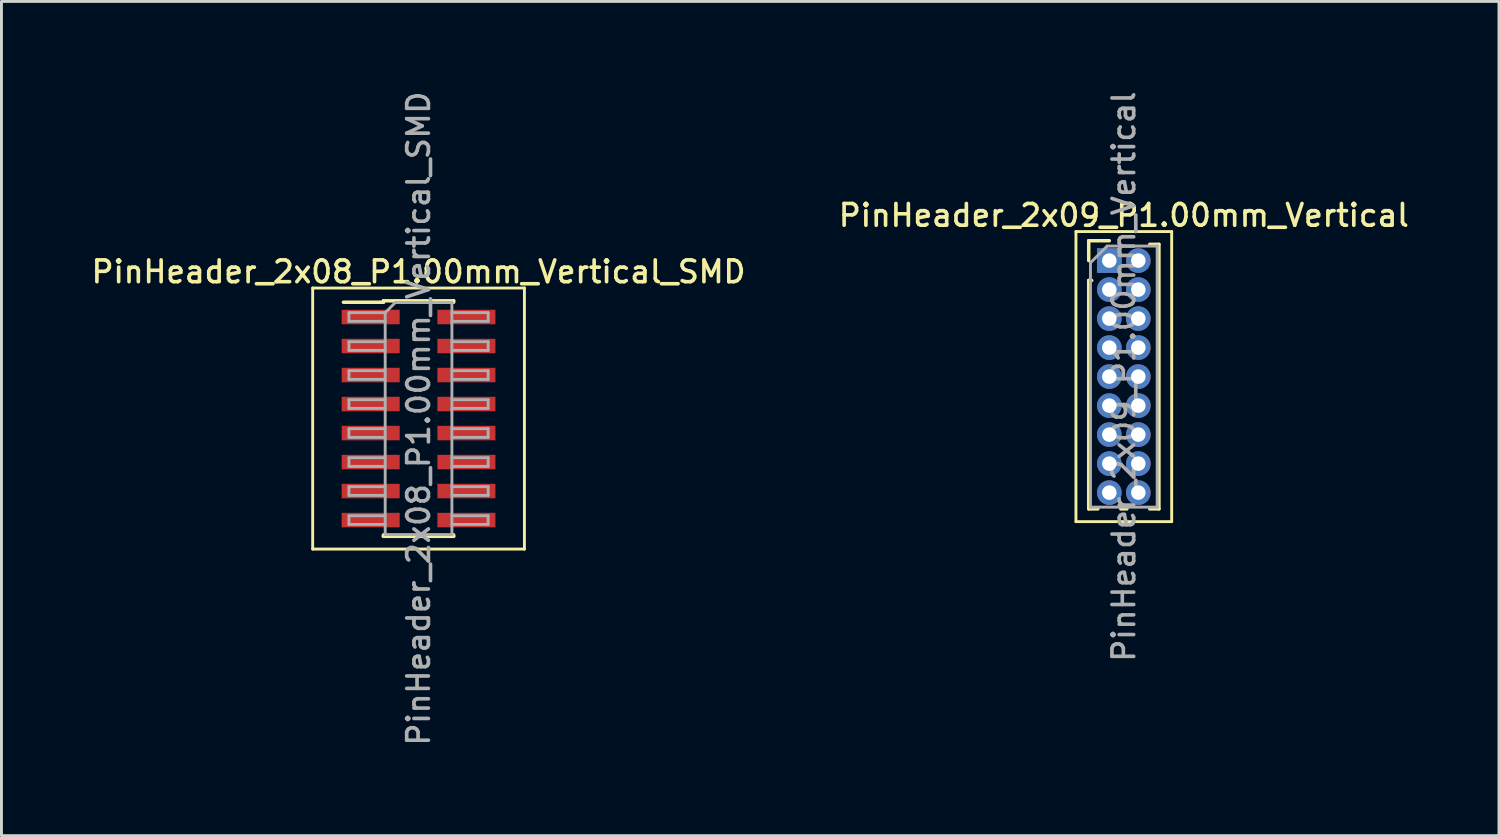
<source format=kicad_pcb>
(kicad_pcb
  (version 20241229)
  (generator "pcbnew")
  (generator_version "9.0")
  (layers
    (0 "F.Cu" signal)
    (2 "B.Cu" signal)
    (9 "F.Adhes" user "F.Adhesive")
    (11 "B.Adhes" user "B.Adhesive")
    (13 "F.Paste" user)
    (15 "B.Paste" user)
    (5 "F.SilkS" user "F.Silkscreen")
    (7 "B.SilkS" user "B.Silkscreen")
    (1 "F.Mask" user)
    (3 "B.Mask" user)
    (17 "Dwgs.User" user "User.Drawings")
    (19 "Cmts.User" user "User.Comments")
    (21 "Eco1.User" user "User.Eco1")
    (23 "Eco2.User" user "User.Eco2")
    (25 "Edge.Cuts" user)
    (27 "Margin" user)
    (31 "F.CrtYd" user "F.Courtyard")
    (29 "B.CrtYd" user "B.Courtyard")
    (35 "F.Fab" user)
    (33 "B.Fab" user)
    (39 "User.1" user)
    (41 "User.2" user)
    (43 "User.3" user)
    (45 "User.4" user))
  (footprint "PinHeader_2x08_P1.00mm_Vertical_SMD"
    (layer "F.Cu")
    (at 11.38 11.38)
    (property "Reference" "PinHeader_2x08_P1.00mm_Vertical_SMD" (at 0 -5.06 0) (layer "F.SilkS") (effects (font (size 0.75 0.75) (thickness 0.125))))
    (attr smd)
    (fp_line (start -3.65 -4.5) (end -3.65 4.5) (stroke (width 0.1) (type solid)) (layer "F.SilkS"))
    (fp_line (start -3.65 4.5) (end 3.65 4.5) (stroke (width 0.1) (type solid)) (layer "F.SilkS"))
    (fp_line (start -2.59 -4.01) (end -1.21 -4.01) (stroke (width 0.12) (type solid)) (layer "F.SilkS"))
    (fp_line (start -1.21 -4.06) (end -1.21 -4.01) (stroke (width 0.12) (type solid)) (layer "F.SilkS"))
    (fp_line (start -1.21 -4.06) (end 1.21 -4.06) (stroke (width 0.12) (type solid)) (layer "F.SilkS"))
    (fp_line (start -1.21 4.01) (end -1.21 4.06) (stroke (width 0.12) (type solid)) (layer "F.SilkS"))
    (fp_line (start -1.21 4.06) (end 1.21 4.06) (stroke (width 0.12) (type solid)) (layer "F.SilkS"))
    (fp_line (start 1.21 -4.06) (end 1.21 -4.01) (stroke (width 0.12) (type solid)) (layer "F.SilkS"))
    (fp_line (start 1.21 4.01) (end 1.21 4.06) (stroke (width 0.12) (type solid)) (layer "F.SilkS"))
    (fp_line (start 3.65 -4.5) (end -3.65 -4.5) (stroke (width 0.1) (type solid)) (layer "F.SilkS"))
    (fp_line (start 3.65 4.5) (end 3.65 -4.5) (stroke (width 0.1) (type solid)) (layer "F.SilkS"))
    (fp_line (start -2.4 -3.65) (end -2.4 -3.35) (stroke (width 0.1) (type solid)) (layer "F.Fab"))
    (fp_line (start -2.4 -3.35) (end -1.15 -3.35) (stroke (width 0.1) (type solid)) (layer "F.Fab"))
    (fp_line (start -2.4 -2.65) (end -2.4 -2.35) (stroke (width 0.1) (type solid)) (layer "F.Fab"))
    (fp_line (start -2.4 -2.35) (end -1.15 -2.35) (stroke (width 0.1) (type solid)) (layer "F.Fab"))
    (fp_line (start -2.4 -1.65) (end -2.4 -1.35) (stroke (width 0.1) (type solid)) (layer "F.Fab"))
    (fp_line (start -2.4 -1.35) (end -1.15 -1.35) (stroke (width 0.1) (type solid)) (layer "F.Fab"))
    (fp_line (start -2.4 -0.65) (end -2.4 -0.35) (stroke (width 0.1) (type solid)) (layer "F.Fab"))
    (fp_line (start -2.4 -0.35) (end -1.15 -0.35) (stroke (width 0.1) (type solid)) (layer "F.Fab"))
    (fp_line (start -2.4 0.35) (end -2.4 0.65) (stroke (width 0.1) (type solid)) (layer "F.Fab"))
    (fp_line (start -2.4 0.65) (end -1.15 0.65) (stroke (width 0.1) (type solid)) (layer "F.Fab"))
    (fp_line (start -2.4 1.35) (end -2.4 1.65) (stroke (width 0.1) (type solid)) (layer "F.Fab"))
    (fp_line (start -2.4 1.65) (end -1.15 1.65) (stroke (width 0.1) (type solid)) (layer "F.Fab"))
    (fp_line (start -2.4 2.35) (end -2.4 2.65) (stroke (width 0.1) (type solid)) (layer "F.Fab"))
    (fp_line (start -2.4 2.65) (end -1.15 2.65) (stroke (width 0.1) (type solid)) (layer "F.Fab"))
    (fp_line (start -2.4 3.35) (end -2.4 3.65) (stroke (width 0.1) (type solid)) (layer "F.Fab"))
    (fp_line (start -2.4 3.65) (end -1.15 3.65) (stroke (width 0.1) (type solid)) (layer "F.Fab"))
    (fp_line (start -1.15 -3.65) (end -2.4 -3.65) (stroke (width 0.1) (type solid)) (layer "F.Fab"))
    (fp_line (start -1.15 -3.65) (end -0.8 -4) (stroke (width 0.1) (type solid)) (layer "F.Fab"))
    (fp_line (start -1.15 -2.65) (end -2.4 -2.65) (stroke (width 0.1) (type solid)) (layer "F.Fab"))
    (fp_line (start -1.15 -1.65) (end -2.4 -1.65) (stroke (width 0.1) (type solid)) (layer "F.Fab"))
    (fp_line (start -1.15 -0.65) (end -2.4 -0.65) (stroke (width 0.1) (type solid)) (layer "F.Fab"))
    (fp_line (start -1.15 0.35) (end -2.4 0.35) (stroke (width 0.1) (type solid)) (layer "F.Fab"))
    (fp_line (start -1.15 1.35) (end -2.4 1.35) (stroke (width 0.1) (type solid)) (layer "F.Fab"))
    (fp_line (start -1.15 2.35) (end -2.4 2.35) (stroke (width 0.1) (type solid)) (layer "F.Fab"))
    (fp_line (start -1.15 3.35) (end -2.4 3.35) (stroke (width 0.1) (type solid)) (layer "F.Fab"))
    (fp_line (start -1.15 4) (end -1.15 -3.65) (stroke (width 0.1) (type solid)) (layer "F.Fab"))
    (fp_line (start -0.8 -4) (end 1.15 -4) (stroke (width 0.1) (type solid)) (layer "F.Fab"))
    (fp_line (start 1.15 -4) (end 1.15 4) (stroke (width 0.1) (type solid)) (layer "F.Fab"))
    (fp_line (start 1.15 -3.65) (end 2.4 -3.65) (stroke (width 0.1) (type solid)) (layer "F.Fab"))
    (fp_line (start 1.15 -2.65) (end 2.4 -2.65) (stroke (width 0.1) (type solid)) (layer "F.Fab"))
    (fp_line (start 1.15 -1.65) (end 2.4 -1.65) (stroke (width 0.1) (type solid)) (layer "F.Fab"))
    (fp_line (start 1.15 -0.65) (end 2.4 -0.65) (stroke (width 0.1) (type solid)) (layer "F.Fab"))
    (fp_line (start 1.15 0.35) (end 2.4 0.35) (stroke (width 0.1) (type solid)) (layer "F.Fab"))
    (fp_line (start 1.15 1.35) (end 2.4 1.35) (stroke (width 0.1) (type solid)) (layer "F.Fab"))
    (fp_line (start 1.15 2.35) (end 2.4 2.35) (stroke (width 0.1) (type solid)) (layer "F.Fab"))
    (fp_line (start 1.15 3.35) (end 2.4 3.35) (stroke (width 0.1) (type solid)) (layer "F.Fab"))
    (fp_line (start 1.15 4) (end -1.15 4) (stroke (width 0.1) (type solid)) (layer "F.Fab"))
    (fp_line (start 2.4 -3.65) (end 2.4 -3.35) (stroke (width 0.1) (type solid)) (layer "F.Fab"))
    (fp_line (start 2.4 -3.35) (end 1.15 -3.35) (stroke (width 0.1) (type solid)) (layer "F.Fab"))
    (fp_line (start 2.4 -2.65) (end 2.4 -2.35) (stroke (width 0.1) (type solid)) (layer "F.Fab"))
    (fp_line (start 2.4 -2.35) (end 1.15 -2.35) (stroke (width 0.1) (type solid)) (layer "F.Fab"))
    (fp_line (start 2.4 -1.65) (end 2.4 -1.35) (stroke (width 0.1) (type solid)) (layer "F.Fab"))
    (fp_line (start 2.4 -1.35) (end 1.15 -1.35) (stroke (width 0.1) (type solid)) (layer "F.Fab"))
    (fp_line (start 2.4 -0.65) (end 2.4 -0.35) (stroke (width 0.1) (type solid)) (layer "F.Fab"))
    (fp_line (start 2.4 -0.35) (end 1.15 -0.35) (stroke (width 0.1) (type solid)) (layer "F.Fab"))
    (fp_line (start 2.4 0.35) (end 2.4 0.65) (stroke (width 0.1) (type solid)) (layer "F.Fab"))
    (fp_line (start 2.4 0.65) (end 1.15 0.65) (stroke (width 0.1) (type solid)) (layer "F.Fab"))
    (fp_line (start 2.4 1.35) (end 2.4 1.65) (stroke (width 0.1) (type solid)) (layer "F.Fab"))
    (fp_line (start 2.4 1.65) (end 1.15 1.65) (stroke (width 0.1) (type solid)) (layer "F.Fab"))
    (fp_line (start 2.4 2.35) (end 2.4 2.65) (stroke (width 0.1) (type solid)) (layer "F.Fab"))
    (fp_line (start 2.4 2.65) (end 1.15 2.65) (stroke (width 0.1) (type solid)) (layer "F.Fab"))
    (fp_line (start 2.4 3.35) (end 2.4 3.65) (stroke (width 0.1) (type solid)) (layer "F.Fab"))
    (fp_line (start 2.4 3.65) (end 1.15 3.65) (stroke (width 0.1) (type solid)) (layer "F.Fab"))
    (fp_text user "${REFERENCE}" (at 0 0 90) (layer "F.Fab") (effects (font (size 0.75 0.75) (thickness 0.125))))
    (pad "1" smd rect (at -1.65 -3.5) (size 2 0.5) (layers "F.Cu" "F.Mask" "F.Paste"))
    (pad "2" smd rect (at 1.65 -3.5) (size 2 0.5) (layers "F.Cu" "F.Mask" "F.Paste"))
    (pad "3" smd rect (at -1.65 -2.5) (size 2 0.5) (layers "F.Cu" "F.Mask" "F.Paste"))
    (pad "4" smd rect (at 1.65 -2.5) (size 2 0.5) (layers "F.Cu" "F.Mask" "F.Paste"))
    (pad "5" smd rect (at -1.65 -1.5) (size 2 0.5) (layers "F.Cu" "F.Mask" "F.Paste"))
    (pad "6" smd rect (at 1.65 -1.5) (size 2 0.5) (layers "F.Cu" "F.Mask" "F.Paste"))
    (pad "7" smd rect (at -1.65 -0.5) (size 2 0.5) (layers "F.Cu" "F.Mask" "F.Paste"))
    (pad "8" smd rect (at 1.65 -0.5) (size 2 0.5) (layers "F.Cu" "F.Mask" "F.Paste"))
    (pad "9" smd rect (at -1.65 0.5) (size 2 0.5) (layers "F.Cu" "F.Mask" "F.Paste"))
    (pad "10" smd rect (at 1.65 0.5) (size 2 0.5) (layers "F.Cu" "F.Mask" "F.Paste"))
    (pad "11" smd rect (at -1.65 1.5) (size 2 0.5) (layers "F.Cu" "F.Mask" "F.Paste"))
    (pad "12" smd rect (at 1.65 1.5) (size 2 0.5) (layers "F.Cu" "F.Mask" "F.Paste"))
    (pad "13" smd rect (at -1.65 2.5) (size 2 0.5) (layers "F.Cu" "F.Mask" "F.Paste"))
    (pad "14" smd rect (at 1.65 2.5) (size 2 0.5) (layers "F.Cu" "F.Mask" "F.Paste"))
    (pad "15" smd rect (at -1.65 3.5) (size 2 0.5) (layers "F.Cu" "F.Mask" "F.Paste"))
    (pad "16" smd rect (at 1.65 3.5) (size 2 0.5) (layers "F.Cu" "F.Mask" "F.Paste")))
  (footprint "PinHeader_2x09_P1.00mm_Vertical"
    (layer "F.Cu")
    (at 35.195 5.934)
    (property "Reference" "PinHeader_2x09_P1.00mm_Vertical" (at 0.5 -1.56 0) (layer "F.SilkS") (effects (font (size 0.75 0.75) (thickness 0.125))))
    (attr through_hole)
    (fp_line (start -1.15 -1) (end -1.15 9) (stroke (width 0.1) (type solid)) (layer "F.SilkS"))
    (fp_line (start -1.15 9) (end 2.15 9) (stroke (width 0.1) (type solid)) (layer "F.SilkS"))
    (fp_line (start -0.71 -0.685) (end 0 -0.685) (stroke (width 0.12) (type solid)) (layer "F.SilkS"))
    (fp_line (start -0.71 0) (end -0.71 -0.685) (stroke (width 0.12) (type solid)) (layer "F.SilkS"))
    (fp_line (start -0.71 0.685) (end -0.71 8.56) (stroke (width 0.12) (type solid)) (layer "F.SilkS"))
    (fp_line (start -0.71 0.685) (end -0.608 0.685) (stroke (width 0.12) (type solid)) (layer "F.SilkS"))
    (fp_line (start -0.71 8.56) (end -0.394 8.56) (stroke (width 0.12) (type solid)) (layer "F.SilkS"))
    (fp_line (start 0.394 8.56) (end 0.606 8.56) (stroke (width 0.12) (type solid)) (layer "F.SilkS"))
    (fp_line (start 1.394 -0.56) (end 1.71 -0.56) (stroke (width 0.12) (type solid)) (layer "F.SilkS"))
    (fp_line (start 1.394 8.56) (end 1.71 8.56) (stroke (width 0.12) (type solid)) (layer "F.SilkS"))
    (fp_line (start 1.71 -0.56) (end 1.71 8.56) (stroke (width 0.12) (type solid)) (layer "F.SilkS"))
    (fp_line (start 2.15 -1) (end -1.15 -1) (stroke (width 0.1) (type solid)) (layer "F.SilkS"))
    (fp_line (start 2.15 9) (end 2.15 -1) (stroke (width 0.1) (type solid)) (layer "F.SilkS"))
    (fp_line (start -0.65 0.075) (end -0.075 -0.5) (stroke (width 0.1) (type solid)) (layer "F.Fab"))
    (fp_line (start -0.65 8.5) (end -0.65 0.075) (stroke (width 0.1) (type solid)) (layer "F.Fab"))
    (fp_line (start -0.075 -0.5) (end 1.65 -0.5) (stroke (width 0.1) (type solid)) (layer "F.Fab"))
    (fp_line (start 1.65 -0.5) (end 1.65 8.5) (stroke (width 0.1) (type solid)) (layer "F.Fab"))
    (fp_line (start 1.65 8.5) (end -0.65 8.5) (stroke (width 0.1) (type solid)) (layer "F.Fab"))
    (fp_text user "${REFERENCE}" (at 0.5 4 90) (layer "F.Fab") (effects (font (size 0.75 0.75) (thickness 0.125))))
    (pad "1" thru_hole rect (at 0 0) (size 0.85 0.85) (drill 0.5) (layers "*.Cu" "*.Mask"))
    (pad "2" thru_hole oval (at 1 0) (size 0.85 0.85) (drill 0.5) (layers "*.Cu" "*.Mask"))
    (pad "3" thru_hole oval (at 0 1) (size 0.85 0.85) (drill 0.5) (layers "*.Cu" "*.Mask"))
    (pad "4" thru_hole oval (at 1 1) (size 0.85 0.85) (drill 0.5) (layers "*.Cu" "*.Mask"))
    (pad "5" thru_hole oval (at 0 2) (size 0.85 0.85) (drill 0.5) (layers "*.Cu" "*.Mask"))
    (pad "6" thru_hole oval (at 1 2) (size 0.85 0.85) (drill 0.5) (layers "*.Cu" "*.Mask"))
    (pad "7" thru_hole oval (at 0 3) (size 0.85 0.85) (drill 0.5) (layers "*.Cu" "*.Mask"))
    (pad "8" thru_hole oval (at 1 3) (size 0.85 0.85) (drill 0.5) (layers "*.Cu" "*.Mask"))
    (pad "9" thru_hole oval (at 0 4) (size 0.85 0.85) (drill 0.5) (layers "*.Cu" "*.Mask"))
    (pad "10" thru_hole oval (at 1 4) (size 0.85 0.85) (drill 0.5) (layers "*.Cu" "*.Mask"))
    (pad "11" thru_hole oval (at 0 5) (size 0.85 0.85) (drill 0.5) (layers "*.Cu" "*.Mask"))
    (pad "12" thru_hole oval (at 1 5) (size 0.85 0.85) (drill 0.5) (layers "*.Cu" "*.Mask"))
    (pad "13" thru_hole oval (at 0 6) (size 0.85 0.85) (drill 0.5) (layers "*.Cu" "*.Mask"))
    (pad "14" thru_hole oval (at 1 6) (size 0.85 0.85) (drill 0.5) (layers "*.Cu" "*.Mask"))
    (pad "15" thru_hole oval (at 0 7) (size 0.85 0.85) (drill 0.5) (layers "*.Cu" "*.Mask"))
    (pad "16" thru_hole oval (at 1 7) (size 0.85 0.85) (drill 0.5) (layers "*.Cu" "*.Mask"))
    (pad "17" thru_hole oval (at 0 8) (size 0.85 0.85) (drill 0.5) (layers "*.Cu" "*.Mask"))
    (pad "18" thru_hole oval (at 1 8) (size 0.85 0.85) (drill 0.5) (layers "*.Cu" "*.Mask")))
  (gr_rect
    (start -3 -3)
    (end 48.629 25.761)
    (stroke (width 0.1) (type default))
    (fill no)
    (layer "Edge.Cuts")))
</source>
